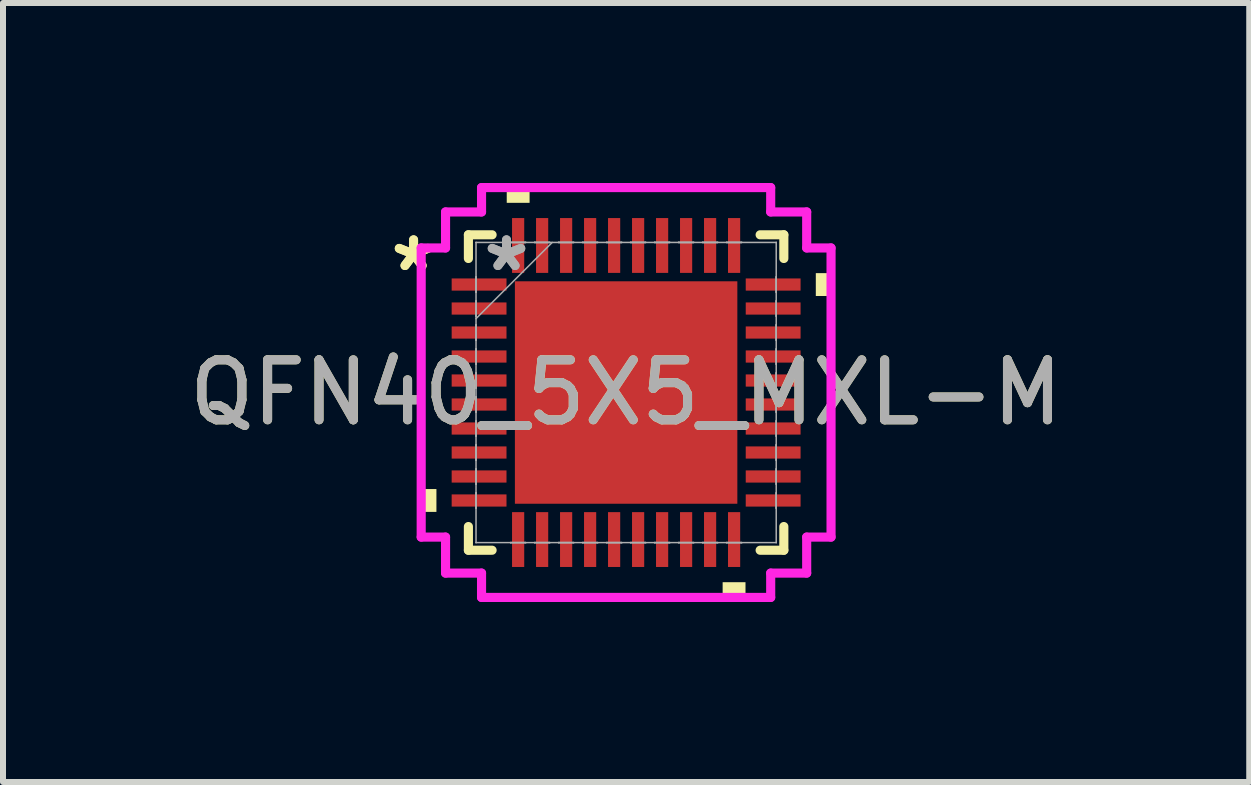
<source format=kicad_pcb>
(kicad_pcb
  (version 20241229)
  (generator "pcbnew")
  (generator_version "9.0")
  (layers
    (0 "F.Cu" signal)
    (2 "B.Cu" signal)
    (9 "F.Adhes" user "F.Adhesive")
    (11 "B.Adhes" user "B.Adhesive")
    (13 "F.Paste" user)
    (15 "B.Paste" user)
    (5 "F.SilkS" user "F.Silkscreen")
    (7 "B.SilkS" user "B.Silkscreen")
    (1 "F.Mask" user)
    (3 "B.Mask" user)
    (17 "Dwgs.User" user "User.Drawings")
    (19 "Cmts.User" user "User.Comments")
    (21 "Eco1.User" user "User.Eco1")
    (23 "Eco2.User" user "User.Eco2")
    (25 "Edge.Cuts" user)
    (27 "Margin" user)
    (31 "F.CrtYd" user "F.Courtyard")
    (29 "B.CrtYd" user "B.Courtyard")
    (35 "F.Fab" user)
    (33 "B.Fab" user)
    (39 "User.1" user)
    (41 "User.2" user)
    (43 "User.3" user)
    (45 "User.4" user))
  (footprint "QFN40_5X5_MXL-M"
    (layer "F.Cu")
    (at 7.387 3.493)
    (property "Reference" "QFN40_5X5_MXL-M" (at 0 0 0) (unlocked yes) (layer "F.SilkS") (effects (font (size 1 1) (thickness 0.15))))
    (attr smd)
    (fp_line (start -2.629 -2.629) (end -2.629 -2.234) (stroke (width 0.152) (type solid)) (layer "F.SilkS"))
    (fp_line (start -2.629 2.234) (end -2.629 2.629) (stroke (width 0.152) (type solid)) (layer "F.SilkS"))
    (fp_line (start -2.629 2.629) (end -2.234 2.629) (stroke (width 0.152) (type solid)) (layer "F.SilkS"))
    (fp_line (start -2.234 -2.629) (end -2.629 -2.629) (stroke (width 0.152) (type solid)) (layer "F.SilkS"))
    (fp_line (start 2.234 2.629) (end 2.629 2.629) (stroke (width 0.152) (type solid)) (layer "F.SilkS"))
    (fp_line (start 2.629 -2.629) (end 2.234 -2.629) (stroke (width 0.152) (type solid)) (layer "F.SilkS"))
    (fp_line (start 2.629 -2.234) (end 2.629 -2.629) (stroke (width 0.152) (type solid)) (layer "F.SilkS"))
    (fp_line (start 2.629 2.629) (end 2.629 2.234) (stroke (width 0.152) (type solid)) (layer "F.SilkS"))
    (fp_poly (pts (xy -3.416 1.609) (xy -3.416 1.99) (xy -3.162 1.99) (xy -3.162 1.609)) (stroke (width 0) (type solid)) (fill yes) (layer "F.SilkS"))
    (fp_poly (pts (xy -1.99 -3.162) (xy -1.99 -3.416) (xy -1.609 -3.416) (xy -1.609 -3.162)) (stroke (width 0) (type solid)) (fill yes) (layer "F.SilkS"))
    (fp_poly (pts (xy 1.609 3.162) (xy 1.609 3.416) (xy 1.99 3.416) (xy 1.99 3.162)) (stroke (width 0) (type solid)) (fill yes) (layer "F.SilkS"))
    (fp_poly (pts (xy 3.416 -1.99) (xy 3.416 -1.609) (xy 3.162 -1.609) (xy 3.162 -1.99)) (stroke (width 0) (type solid)) (fill yes) (layer "F.SilkS"))
    (fp_poly (pts (xy -1.754 -1.754) (xy -1.754 -0.1) (xy -0.1 -0.1) (xy -0.1 -1.754)) (stroke (width 0) (type solid)) (fill yes) (layer "F.Paste"))
    (fp_poly (pts (xy -1.754 0.1) (xy -1.754 1.754) (xy -0.1 1.754) (xy -0.1 0.1)) (stroke (width 0) (type solid)) (fill yes) (layer "F.Paste"))
    (fp_poly (pts (xy 0.1 -1.754) (xy 0.1 -0.1) (xy 1.754 -0.1) (xy 1.754 -1.754)) (stroke (width 0) (type solid)) (fill yes) (layer "F.Paste"))
    (fp_poly (pts (xy 0.1 0.1) (xy 0.1 1.754) (xy 1.754 1.754) (xy 1.754 0.1)) (stroke (width 0) (type solid)) (fill yes) (layer "F.Paste"))
    (fp_line (start -3.416 -2.41) (end -3.01 -2.41) (stroke (width 0.152) (type solid)) (layer "F.CrtYd"))
    (fp_line (start -3.416 2.41) (end -3.416 -2.41) (stroke (width 0.152) (type solid)) (layer "F.CrtYd"))
    (fp_line (start -3.01 -3.01) (end -2.41 -3.01) (stroke (width 0.152) (type solid)) (layer "F.CrtYd"))
    (fp_line (start -3.01 -2.41) (end -3.01 -3.01) (stroke (width 0.152) (type solid)) (layer "F.CrtYd"))
    (fp_line (start -3.01 2.41) (end -3.416 2.41) (stroke (width 0.152) (type solid)) (layer "F.CrtYd"))
    (fp_line (start -3.01 3.01) (end -3.01 2.41) (stroke (width 0.152) (type solid)) (layer "F.CrtYd"))
    (fp_line (start -2.41 -3.416) (end 2.41 -3.416) (stroke (width 0.152) (type solid)) (layer "F.CrtYd"))
    (fp_line (start -2.41 -3.01) (end -2.41 -3.416) (stroke (width 0.152) (type solid)) (layer "F.CrtYd"))
    (fp_line (start -2.41 3.01) (end -3.01 3.01) (stroke (width 0.152) (type solid)) (layer "F.CrtYd"))
    (fp_line (start -2.41 3.416) (end -2.41 3.01) (stroke (width 0.152) (type solid)) (layer "F.CrtYd"))
    (fp_line (start 2.41 -3.416) (end 2.41 -3.01) (stroke (width 0.152) (type solid)) (layer "F.CrtYd"))
    (fp_line (start 2.41 -3.01) (end 3.01 -3.01) (stroke (width 0.152) (type solid)) (layer "F.CrtYd"))
    (fp_line (start 2.41 3.01) (end 2.41 3.416) (stroke (width 0.152) (type solid)) (layer "F.CrtYd"))
    (fp_line (start 2.41 3.416) (end -2.41 3.416) (stroke (width 0.152) (type solid)) (layer "F.CrtYd"))
    (fp_line (start 3.01 -3.01) (end 3.01 -2.41) (stroke (width 0.152) (type solid)) (layer "F.CrtYd"))
    (fp_line (start 3.01 -2.41) (end 3.416 -2.41) (stroke (width 0.152) (type solid)) (layer "F.CrtYd"))
    (fp_line (start 3.01 2.41) (end 3.01 3.01) (stroke (width 0.152) (type solid)) (layer "F.CrtYd"))
    (fp_line (start 3.01 3.01) (end 2.41 3.01) (stroke (width 0.152) (type solid)) (layer "F.CrtYd"))
    (fp_line (start 3.416 -2.41) (end 3.416 2.41) (stroke (width 0.152) (type solid)) (layer "F.CrtYd"))
    (fp_line (start 3.416 2.41) (end 3.01 2.41) (stroke (width 0.152) (type solid)) (layer "F.CrtYd"))
    (fp_line (start -2.502 -2.502) (end -2.502 -2.502) (stroke (width 0.025) (type solid)) (layer "F.Fab"))
    (fp_line (start -2.502 -2.502) (end -2.502 2.502) (stroke (width 0.025) (type solid)) (layer "F.Fab"))
    (fp_line (start -2.502 -1.927) (end -2.502 -1.927) (stroke (width 0.025) (type solid)) (layer "F.Fab"))
    (fp_line (start -2.502 -1.927) (end -2.502 -1.673) (stroke (width 0.025) (type solid)) (layer "F.Fab"))
    (fp_line (start -2.502 -1.673) (end -2.502 -1.927) (stroke (width 0.025) (type solid)) (layer "F.Fab"))
    (fp_line (start -2.502 -1.673) (end -2.502 -1.673) (stroke (width 0.025) (type solid)) (layer "F.Fab"))
    (fp_line (start -2.502 -1.527) (end -2.502 -1.527) (stroke (width 0.025) (type solid)) (layer "F.Fab"))
    (fp_line (start -2.502 -1.527) (end -2.502 -1.273) (stroke (width 0.025) (type solid)) (layer "F.Fab"))
    (fp_line (start -2.502 -1.273) (end -2.502 -1.527) (stroke (width 0.025) (type solid)) (layer "F.Fab"))
    (fp_line (start -2.502 -1.273) (end -2.502 -1.273) (stroke (width 0.025) (type solid)) (layer "F.Fab"))
    (fp_line (start -2.502 -1.232) (end -1.232 -2.502) (stroke (width 0.025) (type solid)) (layer "F.Fab"))
    (fp_line (start -2.502 -1.127) (end -2.502 -1.127) (stroke (width 0.025) (type solid)) (layer "F.Fab"))
    (fp_line (start -2.502 -1.127) (end -2.502 -0.873) (stroke (width 0.025) (type solid)) (layer "F.Fab"))
    (fp_line (start -2.502 -0.873) (end -2.502 -1.127) (stroke (width 0.025) (type solid)) (layer "F.Fab"))
    (fp_line (start -2.502 -0.873) (end -2.502 -0.873) (stroke (width 0.025) (type solid)) (layer "F.Fab"))
    (fp_line (start -2.502 -0.727) (end -2.502 -0.727) (stroke (width 0.025) (type solid)) (layer "F.Fab"))
    (fp_line (start -2.502 -0.727) (end -2.502 -0.473) (stroke (width 0.025) (type solid)) (layer "F.Fab"))
    (fp_line (start -2.502 -0.473) (end -2.502 -0.727) (stroke (width 0.025) (type solid)) (layer "F.Fab"))
    (fp_line (start -2.502 -0.473) (end -2.502 -0.473) (stroke (width 0.025) (type solid)) (layer "F.Fab"))
    (fp_line (start -2.502 -0.327) (end -2.502 -0.327) (stroke (width 0.025) (type solid)) (layer "F.Fab"))
    (fp_line (start -2.502 -0.327) (end -2.502 -0.073) (stroke (width 0.025) (type solid)) (layer "F.Fab"))
    (fp_line (start -2.502 -0.073) (end -2.502 -0.327) (stroke (width 0.025) (type solid)) (layer "F.Fab"))
    (fp_line (start -2.502 -0.073) (end -2.502 -0.073) (stroke (width 0.025) (type solid)) (layer "F.Fab"))
    (fp_line (start -2.502 0.073) (end -2.502 0.073) (stroke (width 0.025) (type solid)) (layer "F.Fab"))
    (fp_line (start -2.502 0.073) (end -2.502 0.327) (stroke (width 0.025) (type solid)) (layer "F.Fab"))
    (fp_line (start -2.502 0.327) (end -2.502 0.073) (stroke (width 0.025) (type solid)) (layer "F.Fab"))
    (fp_line (start -2.502 0.327) (end -2.502 0.327) (stroke (width 0.025) (type solid)) (layer "F.Fab"))
    (fp_line (start -2.502 0.473) (end -2.502 0.473) (stroke (width 0.025) (type solid)) (layer "F.Fab"))
    (fp_line (start -2.502 0.473) (end -2.502 0.727) (stroke (width 0.025) (type solid)) (layer "F.Fab"))
    (fp_line (start -2.502 0.727) (end -2.502 0.473) (stroke (width 0.025) (type solid)) (layer "F.Fab"))
    (fp_line (start -2.502 0.727) (end -2.502 0.727) (stroke (width 0.025) (type solid)) (layer "F.Fab"))
    (fp_line (start -2.502 0.873) (end -2.502 0.873) (stroke (width 0.025) (type solid)) (layer "F.Fab"))
    (fp_line (start -2.502 0.873) (end -2.502 1.127) (stroke (width 0.025) (type solid)) (layer "F.Fab"))
    (fp_line (start -2.502 1.127) (end -2.502 0.873) (stroke (width 0.025) (type solid)) (layer "F.Fab"))
    (fp_line (start -2.502 1.127) (end -2.502 1.127) (stroke (width 0.025) (type solid)) (layer "F.Fab"))
    (fp_line (start -2.502 1.273) (end -2.502 1.273) (stroke (width 0.025) (type solid)) (layer "F.Fab"))
    (fp_line (start -2.502 1.273) (end -2.502 1.527) (stroke (width 0.025) (type solid)) (layer "F.Fab"))
    (fp_line (start -2.502 1.527) (end -2.502 1.273) (stroke (width 0.025) (type solid)) (layer "F.Fab"))
    (fp_line (start -2.502 1.527) (end -2.502 1.527) (stroke (width 0.025) (type solid)) (layer "F.Fab"))
    (fp_line (start -2.502 1.673) (end -2.502 1.673) (stroke (width 0.025) (type solid)) (layer "F.Fab"))
    (fp_line (start -2.502 1.673) (end -2.502 1.927) (stroke (width 0.025) (type solid)) (layer "F.Fab"))
    (fp_line (start -2.502 1.927) (end -2.502 1.673) (stroke (width 0.025) (type solid)) (layer "F.Fab"))
    (fp_line (start -2.502 1.927) (end -2.502 1.927) (stroke (width 0.025) (type solid)) (layer "F.Fab"))
    (fp_line (start -2.502 2.502) (end -2.502 2.502) (stroke (width 0.025) (type solid)) (layer "F.Fab"))
    (fp_line (start -2.502 2.502) (end 2.502 2.502) (stroke (width 0.025) (type solid)) (layer "F.Fab"))
    (fp_line (start -1.927 -2.502) (end -1.927 -2.502) (stroke (width 0.025) (type solid)) (layer "F.Fab"))
    (fp_line (start -1.927 -2.502) (end -1.673 -2.502) (stroke (width 0.025) (type solid)) (layer "F.Fab"))
    (fp_line (start -1.927 2.502) (end -1.927 2.502) (stroke (width 0.025) (type solid)) (layer "F.Fab"))
    (fp_line (start -1.927 2.502) (end -1.673 2.502) (stroke (width 0.025) (type solid)) (layer "F.Fab"))
    (fp_line (start -1.673 -2.502) (end -1.927 -2.502) (stroke (width 0.025) (type solid)) (layer "F.Fab"))
    (fp_line (start -1.673 -2.502) (end -1.673 -2.502) (stroke (width 0.025) (type solid)) (layer "F.Fab"))
    (fp_line (start -1.673 2.502) (end -1.927 2.502) (stroke (width 0.025) (type solid)) (layer "F.Fab"))
    (fp_line (start -1.673 2.502) (end -1.673 2.502) (stroke (width 0.025) (type solid)) (layer "F.Fab"))
    (fp_line (start -1.527 -2.502) (end -1.527 -2.502) (stroke (width 0.025) (type solid)) (layer "F.Fab"))
    (fp_line (start -1.527 -2.502) (end -1.273 -2.502) (stroke (width 0.025) (type solid)) (layer "F.Fab"))
    (fp_line (start -1.527 2.502) (end -1.527 2.502) (stroke (width 0.025) (type solid)) (layer "F.Fab"))
    (fp_line (start -1.527 2.502) (end -1.273 2.502) (stroke (width 0.025) (type solid)) (layer "F.Fab"))
    (fp_line (start -1.273 -2.502) (end -1.527 -2.502) (stroke (width 0.025) (type solid)) (layer "F.Fab"))
    (fp_line (start -1.273 -2.502) (end -1.273 -2.502) (stroke (width 0.025) (type solid)) (layer "F.Fab"))
    (fp_line (start -1.273 2.502) (end -1.527 2.502) (stroke (width 0.025) (type solid)) (layer "F.Fab"))
    (fp_line (start -1.273 2.502) (end -1.273 2.502) (stroke (width 0.025) (type solid)) (layer "F.Fab"))
    (fp_line (start -1.127 -2.502) (end -1.127 -2.502) (stroke (width 0.025) (type solid)) (layer "F.Fab"))
    (fp_line (start -1.127 -2.502) (end -0.873 -2.502) (stroke (width 0.025) (type solid)) (layer "F.Fab"))
    (fp_line (start -1.127 2.502) (end -1.127 2.502) (stroke (width 0.025) (type solid)) (layer "F.Fab"))
    (fp_line (start -1.127 2.502) (end -0.873 2.502) (stroke (width 0.025) (type solid)) (layer "F.Fab"))
    (fp_line (start -0.873 -2.502) (end -1.127 -2.502) (stroke (width 0.025) (type solid)) (layer "F.Fab"))
    (fp_line (start -0.873 -2.502) (end -0.873 -2.502) (stroke (width 0.025) (type solid)) (layer "F.Fab"))
    (fp_line (start -0.873 2.502) (end -1.127 2.502) (stroke (width 0.025) (type solid)) (layer "F.Fab"))
    (fp_line (start -0.873 2.502) (end -0.873 2.502) (stroke (width 0.025) (type solid)) (layer "F.Fab"))
    (fp_line (start -0.727 -2.502) (end -0.727 -2.502) (stroke (width 0.025) (type solid)) (layer "F.Fab"))
    (fp_line (start -0.727 -2.502) (end -0.473 -2.502) (stroke (width 0.025) (type solid)) (layer "F.Fab"))
    (fp_line (start -0.727 2.502) (end -0.727 2.502) (stroke (width 0.025) (type solid)) (layer "F.Fab"))
    (fp_line (start -0.727 2.502) (end -0.473 2.502) (stroke (width 0.025) (type solid)) (layer "F.Fab"))
    (fp_line (start -0.473 -2.502) (end -0.727 -2.502) (stroke (width 0.025) (type solid)) (layer "F.Fab"))
    (fp_line (start -0.473 -2.502) (end -0.473 -2.502) (stroke (width 0.025) (type solid)) (layer "F.Fab"))
    (fp_line (start -0.473 2.502) (end -0.727 2.502) (stroke (width 0.025) (type solid)) (layer "F.Fab"))
    (fp_line (start -0.473 2.502) (end -0.473 2.502) (stroke (width 0.025) (type solid)) (layer "F.Fab"))
    (fp_line (start -0.327 -2.502) (end -0.327 -2.502) (stroke (width 0.025) (type solid)) (layer "F.Fab"))
    (fp_line (start -0.327 -2.502) (end -0.073 -2.502) (stroke (width 0.025) (type solid)) (layer "F.Fab"))
    (fp_line (start -0.327 2.502) (end -0.327 2.502) (stroke (width 0.025) (type solid)) (layer "F.Fab"))
    (fp_line (start -0.327 2.502) (end -0.073 2.502) (stroke (width 0.025) (type solid)) (layer "F.Fab"))
    (fp_line (start -0.073 -2.502) (end -0.327 -2.502) (stroke (width 0.025) (type solid)) (layer "F.Fab"))
    (fp_line (start -0.073 -2.502) (end -0.073 -2.502) (stroke (width 0.025) (type solid)) (layer "F.Fab"))
    (fp_line (start -0.073 2.502) (end -0.327 2.502) (stroke (width 0.025) (type solid)) (layer "F.Fab"))
    (fp_line (start -0.073 2.502) (end -0.073 2.502) (stroke (width 0.025) (type solid)) (layer "F.Fab"))
    (fp_line (start 0.073 -2.502) (end 0.073 -2.502) (stroke (width 0.025) (type solid)) (layer "F.Fab"))
    (fp_line (start 0.073 -2.502) (end 0.327 -2.502) (stroke (width 0.025) (type solid)) (layer "F.Fab"))
    (fp_line (start 0.073 2.502) (end 0.073 2.502) (stroke (width 0.025) (type solid)) (layer "F.Fab"))
    (fp_line (start 0.073 2.502) (end 0.327 2.502) (stroke (width 0.025) (type solid)) (layer "F.Fab"))
    (fp_line (start 0.327 -2.502) (end 0.073 -2.502) (stroke (width 0.025) (type solid)) (layer "F.Fab"))
    (fp_line (start 0.327 -2.502) (end 0.327 -2.502) (stroke (width 0.025) (type solid)) (layer "F.Fab"))
    (fp_line (start 0.327 2.502) (end 0.073 2.502) (stroke (width 0.025) (type solid)) (layer "F.Fab"))
    (fp_line (start 0.327 2.502) (end 0.327 2.502) (stroke (width 0.025) (type solid)) (layer "F.Fab"))
    (fp_line (start 0.473 -2.502) (end 0.473 -2.502) (stroke (width 0.025) (type solid)) (layer "F.Fab"))
    (fp_line (start 0.473 -2.502) (end 0.727 -2.502) (stroke (width 0.025) (type solid)) (layer "F.Fab"))
    (fp_line (start 0.473 2.502) (end 0.473 2.502) (stroke (width 0.025) (type solid)) (layer "F.Fab"))
    (fp_line (start 0.473 2.502) (end 0.727 2.502) (stroke (width 0.025) (type solid)) (layer "F.Fab"))
    (fp_line (start 0.727 -2.502) (end 0.473 -2.502) (stroke (width 0.025) (type solid)) (layer "F.Fab"))
    (fp_line (start 0.727 -2.502) (end 0.727 -2.502) (stroke (width 0.025) (type solid)) (layer "F.Fab"))
    (fp_line (start 0.727 2.502) (end 0.473 2.502) (stroke (width 0.025) (type solid)) (layer "F.Fab"))
    (fp_line (start 0.727 2.502) (end 0.727 2.502) (stroke (width 0.025) (type solid)) (layer "F.Fab"))
    (fp_line (start 0.873 -2.502) (end 0.873 -2.502) (stroke (width 0.025) (type solid)) (layer "F.Fab"))
    (fp_line (start 0.873 -2.502) (end 1.127 -2.502) (stroke (width 0.025) (type solid)) (layer "F.Fab"))
    (fp_line (start 0.873 2.502) (end 0.873 2.502) (stroke (width 0.025) (type solid)) (layer "F.Fab"))
    (fp_line (start 0.873 2.502) (end 1.127 2.502) (stroke (width 0.025) (type solid)) (layer "F.Fab"))
    (fp_line (start 1.127 -2.502) (end 0.873 -2.502) (stroke (width 0.025) (type solid)) (layer "F.Fab"))
    (fp_line (start 1.127 -2.502) (end 1.127 -2.502) (stroke (width 0.025) (type solid)) (layer "F.Fab"))
    (fp_line (start 1.127 2.502) (end 0.873 2.502) (stroke (width 0.025) (type solid)) (layer "F.Fab"))
    (fp_line (start 1.127 2.502) (end 1.127 2.502) (stroke (width 0.025) (type solid)) (layer "F.Fab"))
    (fp_line (start 1.273 -2.502) (end 1.273 -2.502) (stroke (width 0.025) (type solid)) (layer "F.Fab"))
    (fp_line (start 1.273 -2.502) (end 1.527 -2.502) (stroke (width 0.025) (type solid)) (layer "F.Fab"))
    (fp_line (start 1.273 2.502) (end 1.273 2.502) (stroke (width 0.025) (type solid)) (layer "F.Fab"))
    (fp_line (start 1.273 2.502) (end 1.527 2.502) (stroke (width 0.025) (type solid)) (layer "F.Fab"))
    (fp_line (start 1.527 -2.502) (end 1.273 -2.502) (stroke (width 0.025) (type solid)) (layer "F.Fab"))
    (fp_line (start 1.527 -2.502) (end 1.527 -2.502) (stroke (width 0.025) (type solid)) (layer "F.Fab"))
    (fp_line (start 1.527 2.502) (end 1.273 2.502) (stroke (width 0.025) (type solid)) (layer "F.Fab"))
    (fp_line (start 1.527 2.502) (end 1.527 2.502) (stroke (width 0.025) (type solid)) (layer "F.Fab"))
    (fp_line (start 1.673 -2.502) (end 1.673 -2.502) (stroke (width 0.025) (type solid)) (layer "F.Fab"))
    (fp_line (start 1.673 -2.502) (end 1.927 -2.502) (stroke (width 0.025) (type solid)) (layer "F.Fab"))
    (fp_line (start 1.673 2.502) (end 1.673 2.502) (stroke (width 0.025) (type solid)) (layer "F.Fab"))
    (fp_line (start 1.673 2.502) (end 1.927 2.502) (stroke (width 0.025) (type solid)) (layer "F.Fab"))
    (fp_line (start 1.927 -2.502) (end 1.673 -2.502) (stroke (width 0.025) (type solid)) (layer "F.Fab"))
    (fp_line (start 1.927 -2.502) (end 1.927 -2.502) (stroke (width 0.025) (type solid)) (layer "F.Fab"))
    (fp_line (start 1.927 2.502) (end 1.673 2.502) (stroke (width 0.025) (type solid)) (layer "F.Fab"))
    (fp_line (start 1.927 2.502) (end 1.927 2.502) (stroke (width 0.025) (type solid)) (layer "F.Fab"))
    (fp_line (start 2.502 -2.502) (end -2.502 -2.502) (stroke (width 0.025) (type solid)) (layer "F.Fab"))
    (fp_line (start 2.502 -2.502) (end 2.502 -2.502) (stroke (width 0.025) (type solid)) (layer "F.Fab"))
    (fp_line (start 2.502 -1.927) (end 2.502 -1.927) (stroke (width 0.025) (type solid)) (layer "F.Fab"))
    (fp_line (start 2.502 -1.927) (end 2.502 -1.673) (stroke (width 0.025) (type solid)) (layer "F.Fab"))
    (fp_line (start 2.502 -1.673) (end 2.502 -1.927) (stroke (width 0.025) (type solid)) (layer "F.Fab"))
    (fp_line (start 2.502 -1.673) (end 2.502 -1.673) (stroke (width 0.025) (type solid)) (layer "F.Fab"))
    (fp_line (start 2.502 -1.527) (end 2.502 -1.527) (stroke (width 0.025) (type solid)) (layer "F.Fab"))
    (fp_line (start 2.502 -1.527) (end 2.502 -1.273) (stroke (width 0.025) (type solid)) (layer "F.Fab"))
    (fp_line (start 2.502 -1.273) (end 2.502 -1.527) (stroke (width 0.025) (type solid)) (layer "F.Fab"))
    (fp_line (start 2.502 -1.273) (end 2.502 -1.273) (stroke (width 0.025) (type solid)) (layer "F.Fab"))
    (fp_line (start 2.502 -1.127) (end 2.502 -1.127) (stroke (width 0.025) (type solid)) (layer "F.Fab"))
    (fp_line (start 2.502 -1.127) (end 2.502 -0.873) (stroke (width 0.025) (type solid)) (layer "F.Fab"))
    (fp_line (start 2.502 -0.873) (end 2.502 -1.127) (stroke (width 0.025) (type solid)) (layer "F.Fab"))
    (fp_line (start 2.502 -0.873) (end 2.502 -0.873) (stroke (width 0.025) (type solid)) (layer "F.Fab"))
    (fp_line (start 2.502 -0.727) (end 2.502 -0.727) (stroke (width 0.025) (type solid)) (layer "F.Fab"))
    (fp_line (start 2.502 -0.727) (end 2.502 -0.473) (stroke (width 0.025) (type solid)) (layer "F.Fab"))
    (fp_line (start 2.502 -0.473) (end 2.502 -0.727) (stroke (width 0.025) (type solid)) (layer "F.Fab"))
    (fp_line (start 2.502 -0.473) (end 2.502 -0.473) (stroke (width 0.025) (type solid)) (layer "F.Fab"))
    (fp_line (start 2.502 -0.327) (end 2.502 -0.327) (stroke (width 0.025) (type solid)) (layer "F.Fab"))
    (fp_line (start 2.502 -0.327) (end 2.502 -0.073) (stroke (width 0.025) (type solid)) (layer "F.Fab"))
    (fp_line (start 2.502 -0.073) (end 2.502 -0.327) (stroke (width 0.025) (type solid)) (layer "F.Fab"))
    (fp_line (start 2.502 -0.073) (end 2.502 -0.073) (stroke (width 0.025) (type solid)) (layer "F.Fab"))
    (fp_line (start 2.502 0.073) (end 2.502 0.073) (stroke (width 0.025) (type solid)) (layer "F.Fab"))
    (fp_line (start 2.502 0.073) (end 2.502 0.327) (stroke (width 0.025) (type solid)) (layer "F.Fab"))
    (fp_line (start 2.502 0.327) (end 2.502 0.073) (stroke (width 0.025) (type solid)) (layer "F.Fab"))
    (fp_line (start 2.502 0.327) (end 2.502 0.327) (stroke (width 0.025) (type solid)) (layer "F.Fab"))
    (fp_line (start 2.502 0.473) (end 2.502 0.473) (stroke (width 0.025) (type solid)) (layer "F.Fab"))
    (fp_line (start 2.502 0.473) (end 2.502 0.727) (stroke (width 0.025) (type solid)) (layer "F.Fab"))
    (fp_line (start 2.502 0.727) (end 2.502 0.473) (stroke (width 0.025) (type solid)) (layer "F.Fab"))
    (fp_line (start 2.502 0.727) (end 2.502 0.727) (stroke (width 0.025) (type solid)) (layer "F.Fab"))
    (fp_line (start 2.502 0.873) (end 2.502 0.873) (stroke (width 0.025) (type solid)) (layer "F.Fab"))
    (fp_line (start 2.502 0.873) (end 2.502 1.127) (stroke (width 0.025) (type solid)) (layer "F.Fab"))
    (fp_line (start 2.502 1.127) (end 2.502 0.873) (stroke (width 0.025) (type solid)) (layer "F.Fab"))
    (fp_line (start 2.502 1.127) (end 2.502 1.127) (stroke (width 0.025) (type solid)) (layer "F.Fab"))
    (fp_line (start 2.502 1.273) (end 2.502 1.273) (stroke (width 0.025) (type solid)) (layer "F.Fab"))
    (fp_line (start 2.502 1.273) (end 2.502 1.527) (stroke (width 0.025) (type solid)) (layer "F.Fab"))
    (fp_line (start 2.502 1.527) (end 2.502 1.273) (stroke (width 0.025) (type solid)) (layer "F.Fab"))
    (fp_line (start 2.502 1.527) (end 2.502 1.527) (stroke (width 0.025) (type solid)) (layer "F.Fab"))
    (fp_line (start 2.502 1.673) (end 2.502 1.673) (stroke (width 0.025) (type solid)) (layer "F.Fab"))
    (fp_line (start 2.502 1.673) (end 2.502 1.927) (stroke (width 0.025) (type solid)) (layer "F.Fab"))
    (fp_line (start 2.502 1.927) (end 2.502 1.673) (stroke (width 0.025) (type solid)) (layer "F.Fab"))
    (fp_line (start 2.502 1.927) (end 2.502 1.927) (stroke (width 0.025) (type solid)) (layer "F.Fab"))
    (fp_line (start 2.502 2.502) (end 2.502 -2.502) (stroke (width 0.025) (type solid)) (layer "F.Fab"))
    (fp_line (start 2.502 2.502) (end 2.502 2.502) (stroke (width 0.025) (type solid)) (layer "F.Fab"))
    (fp_text user "*" (at -3.543 -2 0) (layer "F.SilkS") (effects (font (size 1 1) (thickness 0.15))))
    (fp_text user "*" (at -3.543 -2 0) (unlocked yes) (layer "F.SilkS") (effects (font (size 1 1) (thickness 0.15))))
    (fp_text user "${REFERENCE}" (at 0 0 0) (unlocked yes) (layer "F.Fab") (effects (font (size 1 1) (thickness 0.15))))
    (fp_text user "*" (at -1.994 -2 0) (unlocked yes) (layer "F.Fab") (effects (font (size 1 1) (thickness 0.15))))
    (fp_text user "*" (at -1.994 -2 0) (layer "F.Fab") (effects (font (size 1 1) (thickness 0.15))))
    (pad "1" smd rect (at -2.451 -1.8 90) (size 0.203 0.914) (layers "F.Cu" "F.Mask" "F.Paste"))
    (pad "2" smd rect (at -2.451 -1.4 90) (size 0.203 0.914) (layers "F.Cu" "F.Mask" "F.Paste"))
    (pad "3" smd rect (at -2.451 -1 90) (size 0.203 0.914) (layers "F.Cu" "F.Mask" "F.Paste"))
    (pad "4" smd rect (at -2.451 -0.6 90) (size 0.203 0.914) (layers "F.Cu" "F.Mask" "F.Paste"))
    (pad "5" smd rect (at -2.451 -0.2 90) (size 0.203 0.914) (layers "F.Cu" "F.Mask" "F.Paste"))
    (pad "6" smd rect (at -2.451 0.2 90) (size 0.203 0.914) (layers "F.Cu" "F.Mask" "F.Paste"))
    (pad "7" smd rect (at -2.451 0.6 90) (size 0.203 0.914) (layers "F.Cu" "F.Mask" "F.Paste"))
    (pad "8" smd rect (at -2.451 1 90) (size 0.203 0.914) (layers "F.Cu" "F.Mask" "F.Paste"))
    (pad "9" smd rect (at -2.451 1.4 90) (size 0.203 0.914) (layers "F.Cu" "F.Mask" "F.Paste"))
    (pad "10" smd rect (at -2.451 1.8 90) (size 0.203 0.914) (layers "F.Cu" "F.Mask" "F.Paste"))
    (pad "11" smd rect (at -1.8 2.451) (size 0.203 0.914) (layers "F.Cu" "F.Mask" "F.Paste"))
    (pad "12" smd rect (at -1.4 2.451) (size 0.203 0.914) (layers "F.Cu" "F.Mask" "F.Paste"))
    (pad "13" smd rect (at -1 2.451) (size 0.203 0.914) (layers "F.Cu" "F.Mask" "F.Paste"))
    (pad "14" smd rect (at -0.6 2.451) (size 0.203 0.914) (layers "F.Cu" "F.Mask" "F.Paste"))
    (pad "15" smd rect (at -0.2 2.451) (size 0.203 0.914) (layers "F.Cu" "F.Mask" "F.Paste"))
    (pad "16" smd rect (at 0.2 2.451) (size 0.203 0.914) (layers "F.Cu" "F.Mask" "F.Paste"))
    (pad "17" smd rect (at 0.6 2.451) (size 0.203 0.914) (layers "F.Cu" "F.Mask" "F.Paste"))
    (pad "18" smd rect (at 1 2.451) (size 0.203 0.914) (layers "F.Cu" "F.Mask" "F.Paste"))
    (pad "19" smd rect (at 1.4 2.451) (size 0.203 0.914) (layers "F.Cu" "F.Mask" "F.Paste"))
    (pad "20" smd rect (at 1.8 2.451) (size 0.203 0.914) (layers "F.Cu" "F.Mask" "F.Paste"))
    (pad "21" smd rect (at 2.451 1.8 90) (size 0.203 0.914) (layers "F.Cu" "F.Mask" "F.Paste"))
    (pad "22" smd rect (at 2.451 1.4 90) (size 0.203 0.914) (layers "F.Cu" "F.Mask" "F.Paste"))
    (pad "23" smd rect (at 2.451 1 90) (size 0.203 0.914) (layers "F.Cu" "F.Mask" "F.Paste"))
    (pad "24" smd rect (at 2.451 0.6 90) (size 0.203 0.914) (layers "F.Cu" "F.Mask" "F.Paste"))
    (pad "25" smd rect (at 2.451 0.2 90) (size 0.203 0.914) (layers "F.Cu" "F.Mask" "F.Paste"))
    (pad "26" smd rect (at 2.451 -0.2 90) (size 0.203 0.914) (layers "F.Cu" "F.Mask" "F.Paste"))
    (pad "27" smd rect (at 2.451 -0.6 90) (size 0.203 0.914) (layers "F.Cu" "F.Mask" "F.Paste"))
    (pad "28" smd rect (at 2.451 -1 90) (size 0.203 0.914) (layers "F.Cu" "F.Mask" "F.Paste"))
    (pad "29" smd rect (at 2.451 -1.4 90) (size 0.203 0.914) (layers "F.Cu" "F.Mask" "F.Paste"))
    (pad "30" smd rect (at 2.451 -1.8 90) (size 0.203 0.914) (layers "F.Cu" "F.Mask" "F.Paste"))
    (pad "31" smd rect (at 1.8 -2.451) (size 0.203 0.914) (layers "F.Cu" "F.Mask" "F.Paste"))
    (pad "32" smd rect (at 1.4 -2.451) (size 0.203 0.914) (layers "F.Cu" "F.Mask" "F.Paste"))
    (pad "33" smd rect (at 1 -2.451) (size 0.203 0.914) (layers "F.Cu" "F.Mask" "F.Paste"))
    (pad "34" smd rect (at 0.6 -2.451) (size 0.203 0.914) (layers "F.Cu" "F.Mask" "F.Paste"))
    (pad "35" smd rect (at 0.2 -2.451) (size 0.203 0.914) (layers "F.Cu" "F.Mask" "F.Paste"))
    (pad "36" smd rect (at -0.2 -2.451) (size 0.203 0.914) (layers "F.Cu" "F.Mask" "F.Paste"))
    (pad "37" smd rect (at -0.6 -2.451) (size 0.203 0.914) (layers "F.Cu" "F.Mask" "F.Paste"))
    (pad "38" smd rect (at -1 -2.451) (size 0.203 0.914) (layers "F.Cu" "F.Mask" "F.Paste"))
    (pad "39" smd rect (at -1.4 -2.451) (size 0.203 0.914) (layers "F.Cu" "F.Mask" "F.Paste"))
    (pad "40" smd rect (at -1.8 -2.451) (size 0.203 0.914) (layers "F.Cu" "F.Mask" "F.Paste"))
    (pad "41" smd rect (at 0 0) (size 3.708 3.708) (layers "F.Cu" "F.Mask" "F.Paste")))
  (gr_rect
    (start -3 -3)
    (end 17.774 9.985)
    (stroke (width 0.1) (type default))
    (fill no)
    (layer "Edge.Cuts")))
</source>
